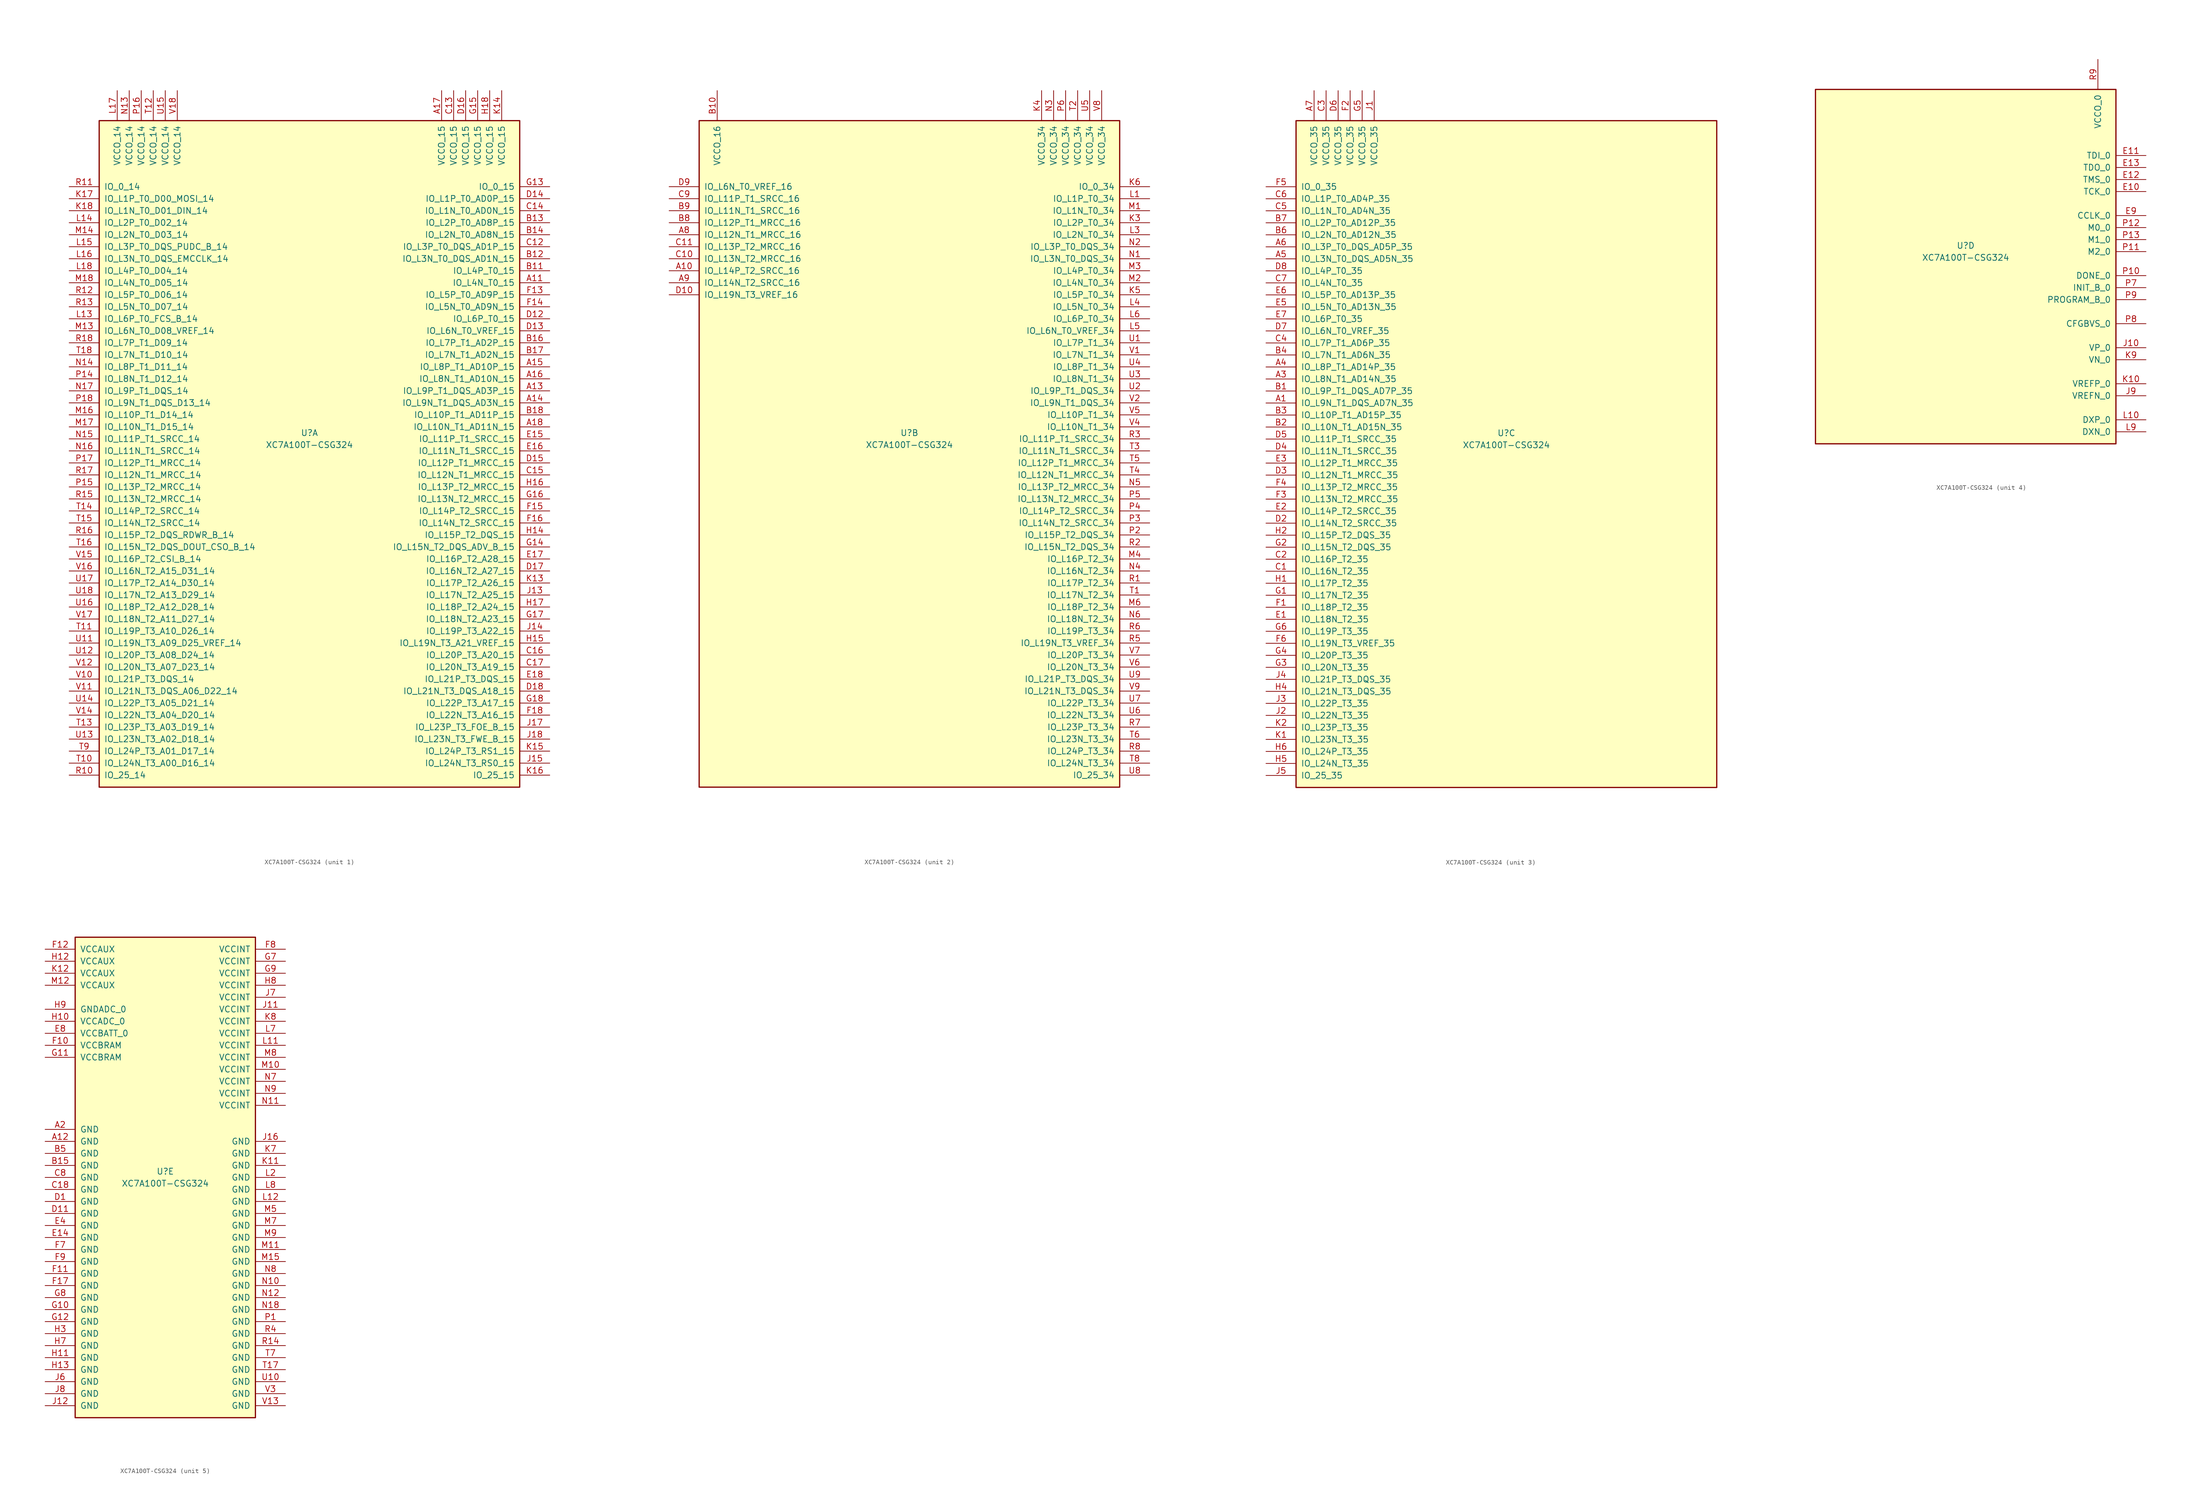
<source format=kicad_sym>
(kicad_symbol_lib
  (version 20201005)
  (generator kicad_symbol_editor)
  (symbol "XC7A100T-CSG324"
    (pin_names
      (offset 1.016))
    (property "Reference" "U"
      (at 0 1.27 0)
      (effects (font (size 1.27 1.27))))
    (property "Value" "XC7A100T-CSG324"
      (at 0 -1.27 0)
      (effects (font (size 1.27 1.27))))
    (property "Datasheet" ""
      (at 0 0 0)
      (effects (font (size 1.27 1.27))))
    (property "ki_locked" ""
      (at 0 0 0)
      (effects (font (size 1.27 1.27))))
    (symbol "XC7A100T-CSG324_1_1"
      (rectangle (start -44.45 67.31) (end 44.45 -73.66) (stroke (width 0.254)) (fill (type background)))
      (pin bidirectional line (at 50.8 33.02 180) (length 6.35) (name "IO_L4N_T0_15" (effects (font (size 1.27 1.27)))) (number "A11" (effects (font (size 1.27 1.27)))))
      (pin bidirectional line (at 50.8 10.16 180) (length 6.35) (name "IO_L9P_T1_DQS_AD3P_15" (effects (font (size 1.27 1.27)))) (number "A13" (effects (font (size 1.27 1.27)))))
      (pin bidirectional line (at 50.8 7.62 180) (length 6.35) (name "IO_L9N_T1_DQS_AD3N_15" (effects (font (size 1.27 1.27)))) (number "A14" (effects (font (size 1.27 1.27)))))
      (pin bidirectional line (at 50.8 15.24 180) (length 6.35) (name "IO_L8P_T1_AD10P_15" (effects (font (size 1.27 1.27)))) (number "A15" (effects (font (size 1.27 1.27)))))
      (pin bidirectional line (at 50.8 12.7 180) (length 6.35) (name "IO_L8N_T1_AD10N_15" (effects (font (size 1.27 1.27)))) (number "A16" (effects (font (size 1.27 1.27)))))
      (pin power_in line (at 27.94 73.66 270) (length 6.35) (name "VCCO_15" (effects (font (size 1.27 1.27)))) (number "A17" (effects (font (size 1.27 1.27)))))
      (pin bidirectional line (at 50.8 2.54 180) (length 6.35) (name "IO_L10N_T1_AD11N_15" (effects (font (size 1.27 1.27)))) (number "A18" (effects (font (size 1.27 1.27)))))
      (pin bidirectional line (at 50.8 35.56 180) (length 6.35) (name "IO_L4P_T0_15" (effects (font (size 1.27 1.27)))) (number "B11" (effects (font (size 1.27 1.27)))))
      (pin bidirectional line (at 50.8 38.1 180) (length 6.35) (name "IO_L3N_T0_DQS_AD1N_15" (effects (font (size 1.27 1.27)))) (number "B12" (effects (font (size 1.27 1.27)))))
      (pin bidirectional line (at 50.8 45.72 180) (length 6.35) (name "IO_L2P_T0_AD8P_15" (effects (font (size 1.27 1.27)))) (number "B13" (effects (font (size 1.27 1.27)))))
      (pin bidirectional line (at 50.8 43.18 180) (length 6.35) (name "IO_L2N_T0_AD8N_15" (effects (font (size 1.27 1.27)))) (number "B14" (effects (font (size 1.27 1.27)))))
      (pin bidirectional line (at 50.8 20.32 180) (length 6.35) (name "IO_L7P_T1_AD2P_15" (effects (font (size 1.27 1.27)))) (number "B16" (effects (font (size 1.27 1.27)))))
      (pin bidirectional line (at 50.8 17.78 180) (length 6.35) (name "IO_L7N_T1_AD2N_15" (effects (font (size 1.27 1.27)))) (number "B17" (effects (font (size 1.27 1.27)))))
      (pin bidirectional line (at 50.8 5.08 180) (length 6.35) (name "IO_L10P_T1_AD11P_15" (effects (font (size 1.27 1.27)))) (number "B18" (effects (font (size 1.27 1.27)))))
      (pin bidirectional line (at 50.8 40.64 180) (length 6.35) (name "IO_L3P_T0_DQS_AD1P_15" (effects (font (size 1.27 1.27)))) (number "C12" (effects (font (size 1.27 1.27)))))
      (pin power_in line (at 30.48 73.66 270) (length 6.35) (name "VCCO_15" (effects (font (size 1.27 1.27)))) (number "C13" (effects (font (size 1.27 1.27)))))
      (pin bidirectional line (at 50.8 48.26 180) (length 6.35) (name "IO_L1N_T0_AD0N_15" (effects (font (size 1.27 1.27)))) (number "C14" (effects (font (size 1.27 1.27)))))
      (pin bidirectional line (at 50.8 -7.62 180) (length 6.35) (name "IO_L12N_T1_MRCC_15" (effects (font (size 1.27 1.27)))) (number "C15" (effects (font (size 1.27 1.27)))))
      (pin bidirectional line (at 50.8 -45.72 180) (length 6.35) (name "IO_L20P_T3_A20_15" (effects (font (size 1.27 1.27)))) (number "C16" (effects (font (size 1.27 1.27)))))
      (pin bidirectional line (at 50.8 -48.26 180) (length 6.35) (name "IO_L20N_T3_A19_15" (effects (font (size 1.27 1.27)))) (number "C17" (effects (font (size 1.27 1.27)))))
      (pin bidirectional line (at 50.8 25.4 180) (length 6.35) (name "IO_L6P_T0_15" (effects (font (size 1.27 1.27)))) (number "D12" (effects (font (size 1.27 1.27)))))
      (pin bidirectional line (at 50.8 22.86 180) (length 6.35) (name "IO_L6N_T0_VREF_15" (effects (font (size 1.27 1.27)))) (number "D13" (effects (font (size 1.27 1.27)))))
      (pin bidirectional line (at 50.8 50.8 180) (length 6.35) (name "IO_L1P_T0_AD0P_15" (effects (font (size 1.27 1.27)))) (number "D14" (effects (font (size 1.27 1.27)))))
      (pin bidirectional line (at 50.8 -5.08 180) (length 6.35) (name "IO_L12P_T1_MRCC_15" (effects (font (size 1.27 1.27)))) (number "D15" (effects (font (size 1.27 1.27)))))
      (pin power_in line (at 33.02 73.66 270) (length 6.35) (name "VCCO_15" (effects (font (size 1.27 1.27)))) (number "D16" (effects (font (size 1.27 1.27)))))
      (pin bidirectional line (at 50.8 -27.94 180) (length 6.35) (name "IO_L16N_T2_A27_15" (effects (font (size 1.27 1.27)))) (number "D17" (effects (font (size 1.27 1.27)))))
      (pin bidirectional line (at 50.8 -53.34 180) (length 6.35) (name "IO_L21N_T3_DQS_A18_15" (effects (font (size 1.27 1.27)))) (number "D18" (effects (font (size 1.27 1.27)))))
      (pin bidirectional line (at 50.8 0 180) (length 6.35) (name "IO_L11P_T1_SRCC_15" (effects (font (size 1.27 1.27)))) (number "E15" (effects (font (size 1.27 1.27)))))
      (pin bidirectional line (at 50.8 -2.54 180) (length 6.35) (name "IO_L11N_T1_SRCC_15" (effects (font (size 1.27 1.27)))) (number "E16" (effects (font (size 1.27 1.27)))))
      (pin bidirectional line (at 50.8 -25.4 180) (length 6.35) (name "IO_L16P_T2_A28_15" (effects (font (size 1.27 1.27)))) (number "E17" (effects (font (size 1.27 1.27)))))
      (pin bidirectional line (at 50.8 -50.8 180) (length 6.35) (name "IO_L21P_T3_DQS_15" (effects (font (size 1.27 1.27)))) (number "E18" (effects (font (size 1.27 1.27)))))
      (pin bidirectional line (at 50.8 30.48 180) (length 6.35) (name "IO_L5P_T0_AD9P_15" (effects (font (size 1.27 1.27)))) (number "F13" (effects (font (size 1.27 1.27)))))
      (pin bidirectional line (at 50.8 27.94 180) (length 6.35) (name "IO_L5N_T0_AD9N_15" (effects (font (size 1.27 1.27)))) (number "F14" (effects (font (size 1.27 1.27)))))
      (pin bidirectional line (at 50.8 -15.24 180) (length 6.35) (name "IO_L14P_T2_SRCC_15" (effects (font (size 1.27 1.27)))) (number "F15" (effects (font (size 1.27 1.27)))))
      (pin bidirectional line (at 50.8 -17.78 180) (length 6.35) (name "IO_L14N_T2_SRCC_15" (effects (font (size 1.27 1.27)))) (number "F16" (effects (font (size 1.27 1.27)))))
      (pin bidirectional line (at 50.8 -58.42 180) (length 6.35) (name "IO_L22N_T3_A16_15" (effects (font (size 1.27 1.27)))) (number "F18" (effects (font (size 1.27 1.27)))))
      (pin bidirectional line (at 50.8 53.34 180) (length 6.35) (name "IO_0_15" (effects (font (size 1.27 1.27)))) (number "G13" (effects (font (size 1.27 1.27)))))
      (pin bidirectional line (at 50.8 -22.86 180) (length 6.35) (name "IO_L15N_T2_DQS_ADV_B_15" (effects (font (size 1.27 1.27)))) (number "G14" (effects (font (size 1.27 1.27)))))
      (pin power_in line (at 35.56 73.66 270) (length 6.35) (name "VCCO_15" (effects (font (size 1.27 1.27)))) (number "G15" (effects (font (size 1.27 1.27)))))
      (pin bidirectional line (at 50.8 -12.7 180) (length 6.35) (name "IO_L13N_T2_MRCC_15" (effects (font (size 1.27 1.27)))) (number "G16" (effects (font (size 1.27 1.27)))))
      (pin bidirectional line (at 50.8 -38.1 180) (length 6.35) (name "IO_L18N_T2_A23_15" (effects (font (size 1.27 1.27)))) (number "G17" (effects (font (size 1.27 1.27)))))
      (pin bidirectional line (at 50.8 -55.88 180) (length 6.35) (name "IO_L22P_T3_A17_15" (effects (font (size 1.27 1.27)))) (number "G18" (effects (font (size 1.27 1.27)))))
      (pin bidirectional line (at 50.8 -20.32 180) (length 6.35) (name "IO_L15P_T2_DQS_15" (effects (font (size 1.27 1.27)))) (number "H14" (effects (font (size 1.27 1.27)))))
      (pin bidirectional line (at 50.8 -43.18 180) (length 6.35) (name "IO_L19N_T3_A21_VREF_15" (effects (font (size 1.27 1.27)))) (number "H15" (effects (font (size 1.27 1.27)))))
      (pin bidirectional line (at 50.8 -10.16 180) (length 6.35) (name "IO_L13P_T2_MRCC_15" (effects (font (size 1.27 1.27)))) (number "H16" (effects (font (size 1.27 1.27)))))
      (pin bidirectional line (at 50.8 -35.56 180) (length 6.35) (name "IO_L18P_T2_A24_15" (effects (font (size 1.27 1.27)))) (number "H17" (effects (font (size 1.27 1.27)))))
      (pin power_in line (at 38.1 73.66 270) (length 6.35) (name "VCCO_15" (effects (font (size 1.27 1.27)))) (number "H18" (effects (font (size 1.27 1.27)))))
      (pin bidirectional line (at 50.8 -33.02 180) (length 6.35) (name "IO_L17N_T2_A25_15" (effects (font (size 1.27 1.27)))) (number "J13" (effects (font (size 1.27 1.27)))))
      (pin bidirectional line (at 50.8 -40.64 180) (length 6.35) (name "IO_L19P_T3_A22_15" (effects (font (size 1.27 1.27)))) (number "J14" (effects (font (size 1.27 1.27)))))
      (pin bidirectional line (at 50.8 -68.58 180) (length 6.35) (name "IO_L24N_T3_RS0_15" (effects (font (size 1.27 1.27)))) (number "J15" (effects (font (size 1.27 1.27)))))
      (pin bidirectional line (at 50.8 -60.96 180) (length 6.35) (name "IO_L23P_T3_FOE_B_15" (effects (font (size 1.27 1.27)))) (number "J17" (effects (font (size 1.27 1.27)))))
      (pin bidirectional line (at 50.8 -63.5 180) (length 6.35) (name "IO_L23N_T3_FWE_B_15" (effects (font (size 1.27 1.27)))) (number "J18" (effects (font (size 1.27 1.27)))))
      (pin bidirectional line (at 50.8 -30.48 180) (length 6.35) (name "IO_L17P_T2_A26_15" (effects (font (size 1.27 1.27)))) (number "K13" (effects (font (size 1.27 1.27)))))
      (pin power_in line (at 40.64 73.66 270) (length 6.35) (name "VCCO_15" (effects (font (size 1.27 1.27)))) (number "K14" (effects (font (size 1.27 1.27)))))
      (pin bidirectional line (at 50.8 -66.04 180) (length 6.35) (name "IO_L24P_T3_RS1_15" (effects (font (size 1.27 1.27)))) (number "K15" (effects (font (size 1.27 1.27)))))
      (pin bidirectional line (at 50.8 -71.12 180) (length 6.35) (name "IO_25_15" (effects (font (size 1.27 1.27)))) (number "K16" (effects (font (size 1.27 1.27)))))
      (pin bidirectional line (at -50.8 50.8 0) (length 6.35) (name "IO_L1P_T0_D00_MOSI_14" (effects (font (size 1.27 1.27)))) (number "K17" (effects (font (size 1.27 1.27)))))
      (pin bidirectional line (at -50.8 48.26 0) (length 6.35) (name "IO_L1N_T0_D01_DIN_14" (effects (font (size 1.27 1.27)))) (number "K18" (effects (font (size 1.27 1.27)))))
      (pin bidirectional line (at -50.8 25.4 0) (length 6.35) (name "IO_L6P_T0_FCS_B_14" (effects (font (size 1.27 1.27)))) (number "L13" (effects (font (size 1.27 1.27)))))
      (pin bidirectional line (at -50.8 45.72 0) (length 6.35) (name "IO_L2P_T0_D02_14" (effects (font (size 1.27 1.27)))) (number "L14" (effects (font (size 1.27 1.27)))))
      (pin bidirectional line (at -50.8 40.64 0) (length 6.35) (name "IO_L3P_T0_DQS_PUDC_B_14" (effects (font (size 1.27 1.27)))) (number "L15" (effects (font (size 1.27 1.27)))))
      (pin bidirectional line (at -50.8 38.1 0) (length 6.35) (name "IO_L3N_T0_DQS_EMCCLK_14" (effects (font (size 1.27 1.27)))) (number "L16" (effects (font (size 1.27 1.27)))))
      (pin power_in line (at -40.64 73.66 270) (length 6.35) (name "VCCO_14" (effects (font (size 1.27 1.27)))) (number "L17" (effects (font (size 1.27 1.27)))))
      (pin bidirectional line (at -50.8 35.56 0) (length 6.35) (name "IO_L4P_T0_D04_14" (effects (font (size 1.27 1.27)))) (number "L18" (effects (font (size 1.27 1.27)))))
      (pin bidirectional line (at -50.8 22.86 0) (length 6.35) (name "IO_L6N_T0_D08_VREF_14" (effects (font (size 1.27 1.27)))) (number "M13" (effects (font (size 1.27 1.27)))))
      (pin bidirectional line (at -50.8 43.18 0) (length 6.35) (name "IO_L2N_T0_D03_14" (effects (font (size 1.27 1.27)))) (number "M14" (effects (font (size 1.27 1.27)))))
      (pin bidirectional line (at -50.8 5.08 0) (length 6.35) (name "IO_L10P_T1_D14_14" (effects (font (size 1.27 1.27)))) (number "M16" (effects (font (size 1.27 1.27)))))
      (pin bidirectional line (at -50.8 2.54 0) (length 6.35) (name "IO_L10N_T1_D15_14" (effects (font (size 1.27 1.27)))) (number "M17" (effects (font (size 1.27 1.27)))))
      (pin bidirectional line (at -50.8 33.02 0) (length 6.35) (name "IO_L4N_T0_D05_14" (effects (font (size 1.27 1.27)))) (number "M18" (effects (font (size 1.27 1.27)))))
      (pin power_in line (at -38.1 73.66 270) (length 6.35) (name "VCCO_14" (effects (font (size 1.27 1.27)))) (number "N13" (effects (font (size 1.27 1.27)))))
      (pin bidirectional line (at -50.8 15.24 0) (length 6.35) (name "IO_L8P_T1_D11_14" (effects (font (size 1.27 1.27)))) (number "N14" (effects (font (size 1.27 1.27)))))
      (pin bidirectional line (at -50.8 0 0) (length 6.35) (name "IO_L11P_T1_SRCC_14" (effects (font (size 1.27 1.27)))) (number "N15" (effects (font (size 1.27 1.27)))))
      (pin bidirectional line (at -50.8 -2.54 0) (length 6.35) (name "IO_L11N_T1_SRCC_14" (effects (font (size 1.27 1.27)))) (number "N16" (effects (font (size 1.27 1.27)))))
      (pin bidirectional line (at -50.8 10.16 0) (length 6.35) (name "IO_L9P_T1_DQS_14" (effects (font (size 1.27 1.27)))) (number "N17" (effects (font (size 1.27 1.27)))))
      (pin bidirectional line (at -50.8 12.7 0) (length 6.35) (name "IO_L8N_T1_D12_14" (effects (font (size 1.27 1.27)))) (number "P14" (effects (font (size 1.27 1.27)))))
      (pin bidirectional line (at -50.8 -10.16 0) (length 6.35) (name "IO_L13P_T2_MRCC_14" (effects (font (size 1.27 1.27)))) (number "P15" (effects (font (size 1.27 1.27)))))
      (pin power_in line (at -35.56 73.66 270) (length 6.35) (name "VCCO_14" (effects (font (size 1.27 1.27)))) (number "P16" (effects (font (size 1.27 1.27)))))
      (pin bidirectional line (at -50.8 -5.08 0) (length 6.35) (name "IO_L12P_T1_MRCC_14" (effects (font (size 1.27 1.27)))) (number "P17" (effects (font (size 1.27 1.27)))))
      (pin bidirectional line (at -50.8 7.62 0) (length 6.35) (name "IO_L9N_T1_DQS_D13_14" (effects (font (size 1.27 1.27)))) (number "P18" (effects (font (size 1.27 1.27)))))
      (pin bidirectional line (at -50.8 -71.12 0) (length 6.35) (name "IO_25_14" (effects (font (size 1.27 1.27)))) (number "R10" (effects (font (size 1.27 1.27)))))
      (pin bidirectional line (at -50.8 53.34 0) (length 6.35) (name "IO_0_14" (effects (font (size 1.27 1.27)))) (number "R11" (effects (font (size 1.27 1.27)))))
      (pin bidirectional line (at -50.8 30.48 0) (length 6.35) (name "IO_L5P_T0_D06_14" (effects (font (size 1.27 1.27)))) (number "R12" (effects (font (size 1.27 1.27)))))
      (pin bidirectional line (at -50.8 27.94 0) (length 6.35) (name "IO_L5N_T0_D07_14" (effects (font (size 1.27 1.27)))) (number "R13" (effects (font (size 1.27 1.27)))))
      (pin bidirectional line (at -50.8 -12.7 0) (length 6.35) (name "IO_L13N_T2_MRCC_14" (effects (font (size 1.27 1.27)))) (number "R15" (effects (font (size 1.27 1.27)))))
      (pin bidirectional line (at -50.8 -20.32 0) (length 6.35) (name "IO_L15P_T2_DQS_RDWR_B_14" (effects (font (size 1.27 1.27)))) (number "R16" (effects (font (size 1.27 1.27)))))
      (pin bidirectional line (at -50.8 -7.62 0) (length 6.35) (name "IO_L12N_T1_MRCC_14" (effects (font (size 1.27 1.27)))) (number "R17" (effects (font (size 1.27 1.27)))))
      (pin bidirectional line (at -50.8 20.32 0) (length 6.35) (name "IO_L7P_T1_D09_14" (effects (font (size 1.27 1.27)))) (number "R18" (effects (font (size 1.27 1.27)))))
      (pin bidirectional line (at -50.8 -68.58 0) (length 6.35) (name "IO_L24N_T3_A00_D16_14" (effects (font (size 1.27 1.27)))) (number "T10" (effects (font (size 1.27 1.27)))))
      (pin bidirectional line (at -50.8 -40.64 0) (length 6.35) (name "IO_L19P_T3_A10_D26_14" (effects (font (size 1.27 1.27)))) (number "T11" (effects (font (size 1.27 1.27)))))
      (pin power_in line (at -33.02 73.66 270) (length 6.35) (name "VCCO_14" (effects (font (size 1.27 1.27)))) (number "T12" (effects (font (size 1.27 1.27)))))
      (pin bidirectional line (at -50.8 -60.96 0) (length 6.35) (name "IO_L23P_T3_A03_D19_14" (effects (font (size 1.27 1.27)))) (number "T13" (effects (font (size 1.27 1.27)))))
      (pin bidirectional line (at -50.8 -15.24 0) (length 6.35) (name "IO_L14P_T2_SRCC_14" (effects (font (size 1.27 1.27)))) (number "T14" (effects (font (size 1.27 1.27)))))
      (pin bidirectional line (at -50.8 -17.78 0) (length 6.35) (name "IO_L14N_T2_SRCC_14" (effects (font (size 1.27 1.27)))) (number "T15" (effects (font (size 1.27 1.27)))))
      (pin bidirectional line (at -50.8 -22.86 0) (length 6.35) (name "IO_L15N_T2_DQS_DOUT_CSO_B_14" (effects (font (size 1.27 1.27)))) (number "T16" (effects (font (size 1.27 1.27)))))
      (pin bidirectional line (at -50.8 17.78 0) (length 6.35) (name "IO_L7N_T1_D10_14" (effects (font (size 1.27 1.27)))) (number "T18" (effects (font (size 1.27 1.27)))))
      (pin bidirectional line (at -50.8 -66.04 0) (length 6.35) (name "IO_L24P_T3_A01_D17_14" (effects (font (size 1.27 1.27)))) (number "T9" (effects (font (size 1.27 1.27)))))
      (pin bidirectional line (at -50.8 -43.18 0) (length 6.35) (name "IO_L19N_T3_A09_D25_VREF_14" (effects (font (size 1.27 1.27)))) (number "U11" (effects (font (size 1.27 1.27)))))
      (pin bidirectional line (at -50.8 -45.72 0) (length 6.35) (name "IO_L20P_T3_A08_D24_14" (effects (font (size 1.27 1.27)))) (number "U12" (effects (font (size 1.27 1.27)))))
      (pin bidirectional line (at -50.8 -63.5 0) (length 6.35) (name "IO_L23N_T3_A02_D18_14" (effects (font (size 1.27 1.27)))) (number "U13" (effects (font (size 1.27 1.27)))))
      (pin bidirectional line (at -50.8 -55.88 0) (length 6.35) (name "IO_L22P_T3_A05_D21_14" (effects (font (size 1.27 1.27)))) (number "U14" (effects (font (size 1.27 1.27)))))
      (pin power_in line (at -30.48 73.66 270) (length 6.35) (name "VCCO_14" (effects (font (size 1.27 1.27)))) (number "U15" (effects (font (size 1.27 1.27)))))
      (pin bidirectional line (at -50.8 -35.56 0) (length 6.35) (name "IO_L18P_T2_A12_D28_14" (effects (font (size 1.27 1.27)))) (number "U16" (effects (font (size 1.27 1.27)))))
      (pin bidirectional line (at -50.8 -30.48 0) (length 6.35) (name "IO_L17P_T2_A14_D30_14" (effects (font (size 1.27 1.27)))) (number "U17" (effects (font (size 1.27 1.27)))))
      (pin bidirectional line (at -50.8 -33.02 0) (length 6.35) (name "IO_L17N_T2_A13_D29_14" (effects (font (size 1.27 1.27)))) (number "U18" (effects (font (size 1.27 1.27)))))
      (pin bidirectional line (at -50.8 -50.8 0) (length 6.35) (name "IO_L21P_T3_DQS_14" (effects (font (size 1.27 1.27)))) (number "V10" (effects (font (size 1.27 1.27)))))
      (pin bidirectional line (at -50.8 -53.34 0) (length 6.35) (name "IO_L21N_T3_DQS_A06_D22_14" (effects (font (size 1.27 1.27)))) (number "V11" (effects (font (size 1.27 1.27)))))
      (pin bidirectional line (at -50.8 -48.26 0) (length 6.35) (name "IO_L20N_T3_A07_D23_14" (effects (font (size 1.27 1.27)))) (number "V12" (effects (font (size 1.27 1.27)))))
      (pin bidirectional line (at -50.8 -58.42 0) (length 6.35) (name "IO_L22N_T3_A04_D20_14" (effects (font (size 1.27 1.27)))) (number "V14" (effects (font (size 1.27 1.27)))))
      (pin bidirectional line (at -50.8 -25.4 0) (length 6.35) (name "IO_L16P_T2_CSI_B_14" (effects (font (size 1.27 1.27)))) (number "V15" (effects (font (size 1.27 1.27)))))
      (pin bidirectional line (at -50.8 -27.94 0) (length 6.35) (name "IO_L16N_T2_A15_D31_14" (effects (font (size 1.27 1.27)))) (number "V16" (effects (font (size 1.27 1.27)))))
      (pin bidirectional line (at -50.8 -38.1 0) (length 6.35) (name "IO_L18N_T2_A11_D27_14" (effects (font (size 1.27 1.27)))) (number "V17" (effects (font (size 1.27 1.27)))))
      (pin power_in line (at -27.94 73.66 270) (length 6.35) (name "VCCO_14" (effects (font (size 1.27 1.27)))) (number "V18" (effects (font (size 1.27 1.27))))))
    (symbol "XC7A100T-CSG324_2_1"
      (rectangle (start -44.45 67.31) (end 44.45 -73.66) (stroke (width 0.254)) (fill (type background)))
      (pin bidirectional line (at -50.8 35.56 0) (length 6.35) (name "IO_L14P_T2_SRCC_16" (effects (font (size 1.27 1.27)))) (number "A10" (effects (font (size 1.27 1.27)))))
      (pin bidirectional line (at -50.8 43.18 0) (length 6.35) (name "IO_L12N_T1_MRCC_16" (effects (font (size 1.27 1.27)))) (number "A8" (effects (font (size 1.27 1.27)))))
      (pin bidirectional line (at -50.8 33.02 0) (length 6.35) (name "IO_L14N_T2_SRCC_16" (effects (font (size 1.27 1.27)))) (number "A9" (effects (font (size 1.27 1.27)))))
      (pin power_in line (at -40.64 73.66 270) (length 6.35) (name "VCCO_16" (effects (font (size 1.27 1.27)))) (number "B10" (effects (font (size 1.27 1.27)))))
      (pin bidirectional line (at -50.8 45.72 0) (length 6.35) (name "IO_L12P_T1_MRCC_16" (effects (font (size 1.27 1.27)))) (number "B8" (effects (font (size 1.27 1.27)))))
      (pin bidirectional line (at -50.8 48.26 0) (length 6.35) (name "IO_L11N_T1_SRCC_16" (effects (font (size 1.27 1.27)))) (number "B9" (effects (font (size 1.27 1.27)))))
      (pin bidirectional line (at -50.8 38.1 0) (length 6.35) (name "IO_L13N_T2_MRCC_16" (effects (font (size 1.27 1.27)))) (number "C10" (effects (font (size 1.27 1.27)))))
      (pin bidirectional line (at -50.8 40.64 0) (length 6.35) (name "IO_L13P_T2_MRCC_16" (effects (font (size 1.27 1.27)))) (number "C11" (effects (font (size 1.27 1.27)))))
      (pin bidirectional line (at -50.8 50.8 0) (length 6.35) (name "IO_L11P_T1_SRCC_16" (effects (font (size 1.27 1.27)))) (number "C9" (effects (font (size 1.27 1.27)))))
      (pin bidirectional line (at -50.8 30.48 0) (length 6.35) (name "IO_L19N_T3_VREF_16" (effects (font (size 1.27 1.27)))) (number "D10" (effects (font (size 1.27 1.27)))))
      (pin bidirectional line (at -50.8 53.34 0) (length 6.35) (name "IO_L6N_T0_VREF_16" (effects (font (size 1.27 1.27)))) (number "D9" (effects (font (size 1.27 1.27)))))
      (pin bidirectional line (at 50.8 45.72 180) (length 6.35) (name "IO_L2P_T0_34" (effects (font (size 1.27 1.27)))) (number "K3" (effects (font (size 1.27 1.27)))))
      (pin power_in line (at 27.94 73.66 270) (length 6.35) (name "VCCO_34" (effects (font (size 1.27 1.27)))) (number "K4" (effects (font (size 1.27 1.27)))))
      (pin bidirectional line (at 50.8 30.48 180) (length 6.35) (name "IO_L5P_T0_34" (effects (font (size 1.27 1.27)))) (number "K5" (effects (font (size 1.27 1.27)))))
      (pin bidirectional line (at 50.8 53.34 180) (length 6.35) (name "IO_0_34" (effects (font (size 1.27 1.27)))) (number "K6" (effects (font (size 1.27 1.27)))))
      (pin bidirectional line (at 50.8 50.8 180) (length 6.35) (name "IO_L1P_T0_34" (effects (font (size 1.27 1.27)))) (number "L1" (effects (font (size 1.27 1.27)))))
      (pin bidirectional line (at 50.8 43.18 180) (length 6.35) (name "IO_L2N_T0_34" (effects (font (size 1.27 1.27)))) (number "L3" (effects (font (size 1.27 1.27)))))
      (pin bidirectional line (at 50.8 27.94 180) (length 6.35) (name "IO_L5N_T0_34" (effects (font (size 1.27 1.27)))) (number "L4" (effects (font (size 1.27 1.27)))))
      (pin bidirectional line (at 50.8 22.86 180) (length 6.35) (name "IO_L6N_T0_VREF_34" (effects (font (size 1.27 1.27)))) (number "L5" (effects (font (size 1.27 1.27)))))
      (pin bidirectional line (at 50.8 25.4 180) (length 6.35) (name "IO_L6P_T0_34" (effects (font (size 1.27 1.27)))) (number "L6" (effects (font (size 1.27 1.27)))))
      (pin bidirectional line (at 50.8 48.26 180) (length 6.35) (name "IO_L1N_T0_34" (effects (font (size 1.27 1.27)))) (number "M1" (effects (font (size 1.27 1.27)))))
      (pin bidirectional line (at 50.8 33.02 180) (length 6.35) (name "IO_L4N_T0_34" (effects (font (size 1.27 1.27)))) (number "M2" (effects (font (size 1.27 1.27)))))
      (pin bidirectional line (at 50.8 35.56 180) (length 6.35) (name "IO_L4P_T0_34" (effects (font (size 1.27 1.27)))) (number "M3" (effects (font (size 1.27 1.27)))))
      (pin bidirectional line (at 50.8 -25.4 180) (length 6.35) (name "IO_L16P_T2_34" (effects (font (size 1.27 1.27)))) (number "M4" (effects (font (size 1.27 1.27)))))
      (pin bidirectional line (at 50.8 -35.56 180) (length 6.35) (name "IO_L18P_T2_34" (effects (font (size 1.27 1.27)))) (number "M6" (effects (font (size 1.27 1.27)))))
      (pin bidirectional line (at 50.8 38.1 180) (length 6.35) (name "IO_L3N_T0_DQS_34" (effects (font (size 1.27 1.27)))) (number "N1" (effects (font (size 1.27 1.27)))))
      (pin bidirectional line (at 50.8 40.64 180) (length 6.35) (name "IO_L3P_T0_DQS_34" (effects (font (size 1.27 1.27)))) (number "N2" (effects (font (size 1.27 1.27)))))
      (pin power_in line (at 30.48 73.66 270) (length 6.35) (name "VCCO_34" (effects (font (size 1.27 1.27)))) (number "N3" (effects (font (size 1.27 1.27)))))
      (pin bidirectional line (at 50.8 -27.94 180) (length 6.35) (name "IO_L16N_T2_34" (effects (font (size 1.27 1.27)))) (number "N4" (effects (font (size 1.27 1.27)))))
      (pin bidirectional line (at 50.8 -10.16 180) (length 6.35) (name "IO_L13P_T2_MRCC_34" (effects (font (size 1.27 1.27)))) (number "N5" (effects (font (size 1.27 1.27)))))
      (pin bidirectional line (at 50.8 -38.1 180) (length 6.35) (name "IO_L18N_T2_34" (effects (font (size 1.27 1.27)))) (number "N6" (effects (font (size 1.27 1.27)))))
      (pin bidirectional line (at 50.8 -20.32 180) (length 6.35) (name "IO_L15P_T2_DQS_34" (effects (font (size 1.27 1.27)))) (number "P2" (effects (font (size 1.27 1.27)))))
      (pin bidirectional line (at 50.8 -17.78 180) (length 6.35) (name "IO_L14N_T2_SRCC_34" (effects (font (size 1.27 1.27)))) (number "P3" (effects (font (size 1.27 1.27)))))
      (pin bidirectional line (at 50.8 -15.24 180) (length 6.35) (name "IO_L14P_T2_SRCC_34" (effects (font (size 1.27 1.27)))) (number "P4" (effects (font (size 1.27 1.27)))))
      (pin bidirectional line (at 50.8 -12.7 180) (length 6.35) (name "IO_L13N_T2_MRCC_34" (effects (font (size 1.27 1.27)))) (number "P5" (effects (font (size 1.27 1.27)))))
      (pin power_in line (at 33.02 73.66 270) (length 6.35) (name "VCCO_34" (effects (font (size 1.27 1.27)))) (number "P6" (effects (font (size 1.27 1.27)))))
      (pin bidirectional line (at 50.8 -30.48 180) (length 6.35) (name "IO_L17P_T2_34" (effects (font (size 1.27 1.27)))) (number "R1" (effects (font (size 1.27 1.27)))))
      (pin bidirectional line (at 50.8 -22.86 180) (length 6.35) (name "IO_L15N_T2_DQS_34" (effects (font (size 1.27 1.27)))) (number "R2" (effects (font (size 1.27 1.27)))))
      (pin bidirectional line (at 50.8 0 180) (length 6.35) (name "IO_L11P_T1_SRCC_34" (effects (font (size 1.27 1.27)))) (number "R3" (effects (font (size 1.27 1.27)))))
      (pin bidirectional line (at 50.8 -43.18 180) (length 6.35) (name "IO_L19N_T3_VREF_34" (effects (font (size 1.27 1.27)))) (number "R5" (effects (font (size 1.27 1.27)))))
      (pin bidirectional line (at 50.8 -40.64 180) (length 6.35) (name "IO_L19P_T3_34" (effects (font (size 1.27 1.27)))) (number "R6" (effects (font (size 1.27 1.27)))))
      (pin bidirectional line (at 50.8 -60.96 180) (length 6.35) (name "IO_L23P_T3_34" (effects (font (size 1.27 1.27)))) (number "R7" (effects (font (size 1.27 1.27)))))
      (pin bidirectional line (at 50.8 -66.04 180) (length 6.35) (name "IO_L24P_T3_34" (effects (font (size 1.27 1.27)))) (number "R8" (effects (font (size 1.27 1.27)))))
      (pin bidirectional line (at 50.8 -33.02 180) (length 6.35) (name "IO_L17N_T2_34" (effects (font (size 1.27 1.27)))) (number "T1" (effects (font (size 1.27 1.27)))))
      (pin power_in line (at 35.56 73.66 270) (length 6.35) (name "VCCO_34" (effects (font (size 1.27 1.27)))) (number "T2" (effects (font (size 1.27 1.27)))))
      (pin bidirectional line (at 50.8 -2.54 180) (length 6.35) (name "IO_L11N_T1_SRCC_34" (effects (font (size 1.27 1.27)))) (number "T3" (effects (font (size 1.27 1.27)))))
      (pin bidirectional line (at 50.8 -7.62 180) (length 6.35) (name "IO_L12N_T1_MRCC_34" (effects (font (size 1.27 1.27)))) (number "T4" (effects (font (size 1.27 1.27)))))
      (pin bidirectional line (at 50.8 -5.08 180) (length 6.35) (name "IO_L12P_T1_MRCC_34" (effects (font (size 1.27 1.27)))) (number "T5" (effects (font (size 1.27 1.27)))))
      (pin bidirectional line (at 50.8 -63.5 180) (length 6.35) (name "IO_L23N_T3_34" (effects (font (size 1.27 1.27)))) (number "T6" (effects (font (size 1.27 1.27)))))
      (pin bidirectional line (at 50.8 -68.58 180) (length 6.35) (name "IO_L24N_T3_34" (effects (font (size 1.27 1.27)))) (number "T8" (effects (font (size 1.27 1.27)))))
      (pin bidirectional line (at 50.8 20.32 180) (length 6.35) (name "IO_L7P_T1_34" (effects (font (size 1.27 1.27)))) (number "U1" (effects (font (size 1.27 1.27)))))
      (pin bidirectional line (at 50.8 10.16 180) (length 6.35) (name "IO_L9P_T1_DQS_34" (effects (font (size 1.27 1.27)))) (number "U2" (effects (font (size 1.27 1.27)))))
      (pin bidirectional line (at 50.8 12.7 180) (length 6.35) (name "IO_L8N_T1_34" (effects (font (size 1.27 1.27)))) (number "U3" (effects (font (size 1.27 1.27)))))
      (pin bidirectional line (at 50.8 15.24 180) (length 6.35) (name "IO_L8P_T1_34" (effects (font (size 1.27 1.27)))) (number "U4" (effects (font (size 1.27 1.27)))))
      (pin power_in line (at 38.1 73.66 270) (length 6.35) (name "VCCO_34" (effects (font (size 1.27 1.27)))) (number "U5" (effects (font (size 1.27 1.27)))))
      (pin bidirectional line (at 50.8 -58.42 180) (length 6.35) (name "IO_L22N_T3_34" (effects (font (size 1.27 1.27)))) (number "U6" (effects (font (size 1.27 1.27)))))
      (pin bidirectional line (at 50.8 -55.88 180) (length 6.35) (name "IO_L22P_T3_34" (effects (font (size 1.27 1.27)))) (number "U7" (effects (font (size 1.27 1.27)))))
      (pin bidirectional line (at 50.8 -71.12 180) (length 6.35) (name "IO_25_34" (effects (font (size 1.27 1.27)))) (number "U8" (effects (font (size 1.27 1.27)))))
      (pin bidirectional line (at 50.8 -50.8 180) (length 6.35) (name "IO_L21P_T3_DQS_34" (effects (font (size 1.27 1.27)))) (number "U9" (effects (font (size 1.27 1.27)))))
      (pin bidirectional line (at 50.8 17.78 180) (length 6.35) (name "IO_L7N_T1_34" (effects (font (size 1.27 1.27)))) (number "V1" (effects (font (size 1.27 1.27)))))
      (pin bidirectional line (at 50.8 7.62 180) (length 6.35) (name "IO_L9N_T1_DQS_34" (effects (font (size 1.27 1.27)))) (number "V2" (effects (font (size 1.27 1.27)))))
      (pin bidirectional line (at 50.8 2.54 180) (length 6.35) (name "IO_L10N_T1_34" (effects (font (size 1.27 1.27)))) (number "V4" (effects (font (size 1.27 1.27)))))
      (pin bidirectional line (at 50.8 5.08 180) (length 6.35) (name "IO_L10P_T1_34" (effects (font (size 1.27 1.27)))) (number "V5" (effects (font (size 1.27 1.27)))))
      (pin bidirectional line (at 50.8 -48.26 180) (length 6.35) (name "IO_L20N_T3_34" (effects (font (size 1.27 1.27)))) (number "V6" (effects (font (size 1.27 1.27)))))
      (pin bidirectional line (at 50.8 -45.72 180) (length 6.35) (name "IO_L20P_T3_34" (effects (font (size 1.27 1.27)))) (number "V7" (effects (font (size 1.27 1.27)))))
      (pin power_in line (at 40.64 73.66 270) (length 6.35) (name "VCCO_34" (effects (font (size 1.27 1.27)))) (number "V8" (effects (font (size 1.27 1.27)))))
      (pin bidirectional line (at 50.8 -53.34 180) (length 6.35) (name "IO_L21N_T3_DQS_34" (effects (font (size 1.27 1.27)))) (number "V9" (effects (font (size 1.27 1.27))))))
    (symbol "XC7A100T-CSG324_3_1"
      (rectangle (start -44.45 67.31) (end 44.45 -73.66) (stroke (width 0.254)) (fill (type background)))
      (pin bidirectional line (at -50.8 7.62 0) (length 6.35) (name "IO_L9N_T1_DQS_AD7N_35" (effects (font (size 1.27 1.27)))) (number "A1" (effects (font (size 1.27 1.27)))))
      (pin bidirectional line (at -50.8 12.7 0) (length 6.35) (name "IO_L8N_T1_AD14N_35" (effects (font (size 1.27 1.27)))) (number "A3" (effects (font (size 1.27 1.27)))))
      (pin bidirectional line (at -50.8 15.24 0) (length 6.35) (name "IO_L8P_T1_AD14P_35" (effects (font (size 1.27 1.27)))) (number "A4" (effects (font (size 1.27 1.27)))))
      (pin bidirectional line (at -50.8 38.1 0) (length 6.35) (name "IO_L3N_T0_DQS_AD5N_35" (effects (font (size 1.27 1.27)))) (number "A5" (effects (font (size 1.27 1.27)))))
      (pin bidirectional line (at -50.8 40.64 0) (length 6.35) (name "IO_L3P_T0_DQS_AD5P_35" (effects (font (size 1.27 1.27)))) (number "A6" (effects (font (size 1.27 1.27)))))
      (pin power_in line (at -40.64 73.66 270) (length 6.35) (name "VCCO_35" (effects (font (size 1.27 1.27)))) (number "A7" (effects (font (size 1.27 1.27)))))
      (pin bidirectional line (at -50.8 10.16 0) (length 6.35) (name "IO_L9P_T1_DQS_AD7P_35" (effects (font (size 1.27 1.27)))) (number "B1" (effects (font (size 1.27 1.27)))))
      (pin bidirectional line (at -50.8 2.54 0) (length 6.35) (name "IO_L10N_T1_AD15N_35" (effects (font (size 1.27 1.27)))) (number "B2" (effects (font (size 1.27 1.27)))))
      (pin bidirectional line (at -50.8 5.08 0) (length 6.35) (name "IO_L10P_T1_AD15P_35" (effects (font (size 1.27 1.27)))) (number "B3" (effects (font (size 1.27 1.27)))))
      (pin bidirectional line (at -50.8 17.78 0) (length 6.35) (name "IO_L7N_T1_AD6N_35" (effects (font (size 1.27 1.27)))) (number "B4" (effects (font (size 1.27 1.27)))))
      (pin bidirectional line (at -50.8 43.18 0) (length 6.35) (name "IO_L2N_T0_AD12N_35" (effects (font (size 1.27 1.27)))) (number "B6" (effects (font (size 1.27 1.27)))))
      (pin bidirectional line (at -50.8 45.72 0) (length 6.35) (name "IO_L2P_T0_AD12P_35" (effects (font (size 1.27 1.27)))) (number "B7" (effects (font (size 1.27 1.27)))))
      (pin bidirectional line (at -50.8 -27.94 0) (length 6.35) (name "IO_L16N_T2_35" (effects (font (size 1.27 1.27)))) (number "C1" (effects (font (size 1.27 1.27)))))
      (pin bidirectional line (at -50.8 -25.4 0) (length 6.35) (name "IO_L16P_T2_35" (effects (font (size 1.27 1.27)))) (number "C2" (effects (font (size 1.27 1.27)))))
      (pin power_in line (at -38.1 73.66 270) (length 6.35) (name "VCCO_35" (effects (font (size 1.27 1.27)))) (number "C3" (effects (font (size 1.27 1.27)))))
      (pin bidirectional line (at -50.8 20.32 0) (length 6.35) (name "IO_L7P_T1_AD6P_35" (effects (font (size 1.27 1.27)))) (number "C4" (effects (font (size 1.27 1.27)))))
      (pin bidirectional line (at -50.8 48.26 0) (length 6.35) (name "IO_L1N_T0_AD4N_35" (effects (font (size 1.27 1.27)))) (number "C5" (effects (font (size 1.27 1.27)))))
      (pin bidirectional line (at -50.8 50.8 0) (length 6.35) (name "IO_L1P_T0_AD4P_35" (effects (font (size 1.27 1.27)))) (number "C6" (effects (font (size 1.27 1.27)))))
      (pin bidirectional line (at -50.8 33.02 0) (length 6.35) (name "IO_L4N_T0_35" (effects (font (size 1.27 1.27)))) (number "C7" (effects (font (size 1.27 1.27)))))
      (pin bidirectional line (at -50.8 -17.78 0) (length 6.35) (name "IO_L14N_T2_SRCC_35" (effects (font (size 1.27 1.27)))) (number "D2" (effects (font (size 1.27 1.27)))))
      (pin bidirectional line (at -50.8 -7.62 0) (length 6.35) (name "IO_L12N_T1_MRCC_35" (effects (font (size 1.27 1.27)))) (number "D3" (effects (font (size 1.27 1.27)))))
      (pin bidirectional line (at -50.8 -2.54 0) (length 6.35) (name "IO_L11N_T1_SRCC_35" (effects (font (size 1.27 1.27)))) (number "D4" (effects (font (size 1.27 1.27)))))
      (pin bidirectional line (at -50.8 0 0) (length 6.35) (name "IO_L11P_T1_SRCC_35" (effects (font (size 1.27 1.27)))) (number "D5" (effects (font (size 1.27 1.27)))))
      (pin power_in line (at -35.56 73.66 270) (length 6.35) (name "VCCO_35" (effects (font (size 1.27 1.27)))) (number "D6" (effects (font (size 1.27 1.27)))))
      (pin bidirectional line (at -50.8 22.86 0) (length 6.35) (name "IO_L6N_T0_VREF_35" (effects (font (size 1.27 1.27)))) (number "D7" (effects (font (size 1.27 1.27)))))
      (pin bidirectional line (at -50.8 35.56 0) (length 6.35) (name "IO_L4P_T0_35" (effects (font (size 1.27 1.27)))) (number "D8" (effects (font (size 1.27 1.27)))))
      (pin bidirectional line (at -50.8 -38.1 0) (length 6.35) (name "IO_L18N_T2_35" (effects (font (size 1.27 1.27)))) (number "E1" (effects (font (size 1.27 1.27)))))
      (pin bidirectional line (at -50.8 -15.24 0) (length 6.35) (name "IO_L14P_T2_SRCC_35" (effects (font (size 1.27 1.27)))) (number "E2" (effects (font (size 1.27 1.27)))))
      (pin bidirectional line (at -50.8 -5.08 0) (length 6.35) (name "IO_L12P_T1_MRCC_35" (effects (font (size 1.27 1.27)))) (number "E3" (effects (font (size 1.27 1.27)))))
      (pin bidirectional line (at -50.8 27.94 0) (length 6.35) (name "IO_L5N_T0_AD13N_35" (effects (font (size 1.27 1.27)))) (number "E5" (effects (font (size 1.27 1.27)))))
      (pin bidirectional line (at -50.8 30.48 0) (length 6.35) (name "IO_L5P_T0_AD13P_35" (effects (font (size 1.27 1.27)))) (number "E6" (effects (font (size 1.27 1.27)))))
      (pin bidirectional line (at -50.8 25.4 0) (length 6.35) (name "IO_L6P_T0_35" (effects (font (size 1.27 1.27)))) (number "E7" (effects (font (size 1.27 1.27)))))
      (pin bidirectional line (at -50.8 -35.56 0) (length 6.35) (name "IO_L18P_T2_35" (effects (font (size 1.27 1.27)))) (number "F1" (effects (font (size 1.27 1.27)))))
      (pin power_in line (at -33.02 73.66 270) (length 6.35) (name "VCCO_35" (effects (font (size 1.27 1.27)))) (number "F2" (effects (font (size 1.27 1.27)))))
      (pin bidirectional line (at -50.8 -12.7 0) (length 6.35) (name "IO_L13N_T2_MRCC_35" (effects (font (size 1.27 1.27)))) (number "F3" (effects (font (size 1.27 1.27)))))
      (pin bidirectional line (at -50.8 -10.16 0) (length 6.35) (name "IO_L13P_T2_MRCC_35" (effects (font (size 1.27 1.27)))) (number "F4" (effects (font (size 1.27 1.27)))))
      (pin bidirectional line (at -50.8 53.34 0) (length 6.35) (name "IO_0_35" (effects (font (size 1.27 1.27)))) (number "F5" (effects (font (size 1.27 1.27)))))
      (pin bidirectional line (at -50.8 -43.18 0) (length 6.35) (name "IO_L19N_T3_VREF_35" (effects (font (size 1.27 1.27)))) (number "F6" (effects (font (size 1.27 1.27)))))
      (pin bidirectional line (at -50.8 -33.02 0) (length 6.35) (name "IO_L17N_T2_35" (effects (font (size 1.27 1.27)))) (number "G1" (effects (font (size 1.27 1.27)))))
      (pin bidirectional line (at -50.8 -22.86 0) (length 6.35) (name "IO_L15N_T2_DQS_35" (effects (font (size 1.27 1.27)))) (number "G2" (effects (font (size 1.27 1.27)))))
      (pin bidirectional line (at -50.8 -48.26 0) (length 6.35) (name "IO_L20N_T3_35" (effects (font (size 1.27 1.27)))) (number "G3" (effects (font (size 1.27 1.27)))))
      (pin bidirectional line (at -50.8 -45.72 0) (length 6.35) (name "IO_L20P_T3_35" (effects (font (size 1.27 1.27)))) (number "G4" (effects (font (size 1.27 1.27)))))
      (pin power_in line (at -30.48 73.66 270) (length 6.35) (name "VCCO_35" (effects (font (size 1.27 1.27)))) (number "G5" (effects (font (size 1.27 1.27)))))
      (pin bidirectional line (at -50.8 -40.64 0) (length 6.35) (name "IO_L19P_T3_35" (effects (font (size 1.27 1.27)))) (number "G6" (effects (font (size 1.27 1.27)))))
      (pin bidirectional line (at -50.8 -30.48 0) (length 6.35) (name "IO_L17P_T2_35" (effects (font (size 1.27 1.27)))) (number "H1" (effects (font (size 1.27 1.27)))))
      (pin bidirectional line (at -50.8 -20.32 0) (length 6.35) (name "IO_L15P_T2_DQS_35" (effects (font (size 1.27 1.27)))) (number "H2" (effects (font (size 1.27 1.27)))))
      (pin bidirectional line (at -50.8 -53.34 0) (length 6.35) (name "IO_L21N_T3_DQS_35" (effects (font (size 1.27 1.27)))) (number "H4" (effects (font (size 1.27 1.27)))))
      (pin bidirectional line (at -50.8 -68.58 0) (length 6.35) (name "IO_L24N_T3_35" (effects (font (size 1.27 1.27)))) (number "H5" (effects (font (size 1.27 1.27)))))
      (pin bidirectional line (at -50.8 -66.04 0) (length 6.35) (name "IO_L24P_T3_35" (effects (font (size 1.27 1.27)))) (number "H6" (effects (font (size 1.27 1.27)))))
      (pin power_in line (at -27.94 73.66 270) (length 6.35) (name "VCCO_35" (effects (font (size 1.27 1.27)))) (number "J1" (effects (font (size 1.27 1.27)))))
      (pin bidirectional line (at -50.8 -58.42 0) (length 6.35) (name "IO_L22N_T3_35" (effects (font (size 1.27 1.27)))) (number "J2" (effects (font (size 1.27 1.27)))))
      (pin bidirectional line (at -50.8 -55.88 0) (length 6.35) (name "IO_L22P_T3_35" (effects (font (size 1.27 1.27)))) (number "J3" (effects (font (size 1.27 1.27)))))
      (pin bidirectional line (at -50.8 -50.8 0) (length 6.35) (name "IO_L21P_T3_DQS_35" (effects (font (size 1.27 1.27)))) (number "J4" (effects (font (size 1.27 1.27)))))
      (pin bidirectional line (at -50.8 -71.12 0) (length 6.35) (name "IO_25_35" (effects (font (size 1.27 1.27)))) (number "J5" (effects (font (size 1.27 1.27)))))
      (pin bidirectional line (at -50.8 -63.5 0) (length 6.35) (name "IO_L23N_T3_35" (effects (font (size 1.27 1.27)))) (number "K1" (effects (font (size 1.27 1.27)))))
      (pin bidirectional line (at -50.8 -60.96 0) (length 6.35) (name "IO_L23P_T3_35" (effects (font (size 1.27 1.27)))) (number "K2" (effects (font (size 1.27 1.27))))))
    (symbol "XC7A100T-CSG324_4_1"
      (rectangle (start -31.75 34.29) (end 31.75 -40.64) (stroke (width 0.254)) (fill (type background)))
      (pin bidirectional line (at 38.1 12.7 180) (length 6.35) (name "TCK_0" (effects (font (size 1.27 1.27)))) (number "E10" (effects (font (size 1.27 1.27)))))
      (pin bidirectional line (at 38.1 20.32 180) (length 6.35) (name "TDI_0" (effects (font (size 1.27 1.27)))) (number "E11" (effects (font (size 1.27 1.27)))))
      (pin bidirectional line (at 38.1 15.24 180) (length 6.35) (name "TMS_0" (effects (font (size 1.27 1.27)))) (number "E12" (effects (font (size 1.27 1.27)))))
      (pin bidirectional line (at 38.1 17.78 180) (length 6.35) (name "TDO_0" (effects (font (size 1.27 1.27)))) (number "E13" (effects (font (size 1.27 1.27)))))
      (pin bidirectional line (at 38.1 7.62 180) (length 6.35) (name "CCLK_0" (effects (font (size 1.27 1.27)))) (number "E9" (effects (font (size 1.27 1.27)))))
      (pin bidirectional line (at 38.1 -20.32 180) (length 6.35) (name "VP_0" (effects (font (size 1.27 1.27)))) (number "J10" (effects (font (size 1.27 1.27)))))
      (pin bidirectional line (at 38.1 -30.48 180) (length 6.35) (name "VREFN_0" (effects (font (size 1.27 1.27)))) (number "J9" (effects (font (size 1.27 1.27)))))
      (pin bidirectional line (at 38.1 -27.94 180) (length 6.35) (name "VREFP_0" (effects (font (size 1.27 1.27)))) (number "K10" (effects (font (size 1.27 1.27)))))
      (pin bidirectional line (at 38.1 -22.86 180) (length 6.35) (name "VN_0" (effects (font (size 1.27 1.27)))) (number "K9" (effects (font (size 1.27 1.27)))))
      (pin bidirectional line (at 38.1 -35.56 180) (length 6.35) (name "DXP_0" (effects (font (size 1.27 1.27)))) (number "L10" (effects (font (size 1.27 1.27)))))
      (pin bidirectional line (at 38.1 -38.1 180) (length 6.35) (name "DXN_0" (effects (font (size 1.27 1.27)))) (number "L9" (effects (font (size 1.27 1.27)))))
      (pin bidirectional line (at 38.1 -5.08 180) (length 6.35) (name "DONE_0" (effects (font (size 1.27 1.27)))) (number "P10" (effects (font (size 1.27 1.27)))))
      (pin bidirectional line (at 38.1 0 180) (length 6.35) (name "M2_0" (effects (font (size 1.27 1.27)))) (number "P11" (effects (font (size 1.27 1.27)))))
      (pin bidirectional line (at 38.1 5.08 180) (length 6.35) (name "M0_0" (effects (font (size 1.27 1.27)))) (number "P12" (effects (font (size 1.27 1.27)))))
      (pin bidirectional line (at 38.1 2.54 180) (length 6.35) (name "M1_0" (effects (font (size 1.27 1.27)))) (number "P13" (effects (font (size 1.27 1.27)))))
      (pin bidirectional line (at 38.1 -7.62 180) (length 6.35) (name "INIT_B_0" (effects (font (size 1.27 1.27)))) (number "P7" (effects (font (size 1.27 1.27)))))
      (pin bidirectional line (at 38.1 -15.24 180) (length 6.35) (name "CFGBVS_0" (effects (font (size 1.27 1.27)))) (number "P8" (effects (font (size 1.27 1.27)))))
      (pin bidirectional line (at 38.1 -10.16 180) (length 6.35) (name "PROGRAM_B_0" (effects (font (size 1.27 1.27)))) (number "P9" (effects (font (size 1.27 1.27)))))
      (pin power_in line (at 27.94 40.64 270) (length 6.35) (name "VCCO_0" (effects (font (size 1.27 1.27)))) (number "R9" (effects (font (size 1.27 1.27))))))
    (symbol "XC7A100T-CSG324_5_1"
      (rectangle (start -19.05 50.8) (end 19.05 -50.8) (stroke (width 0.254)) (fill (type background)))
      (pin power_in line (at -25.4 7.62 0) (length 6.35) (name "GND" (effects (font (size 1.27 1.27)))) (number "A12" (effects (font (size 1.27 1.27)))))
      (pin power_in line (at -25.4 10.16 0) (length 6.35) (name "GND" (effects (font (size 1.27 1.27)))) (number "A2" (effects (font (size 1.27 1.27)))))
      (pin power_in line (at -25.4 2.54 0) (length 6.35) (name "GND" (effects (font (size 1.27 1.27)))) (number "B15" (effects (font (size 1.27 1.27)))))
      (pin power_in line (at -25.4 5.08 0) (length 6.35) (name "GND" (effects (font (size 1.27 1.27)))) (number "B5" (effects (font (size 1.27 1.27)))))
      (pin power_in line (at -25.4 -2.54 0) (length 6.35) (name "GND" (effects (font (size 1.27 1.27)))) (number "C18" (effects (font (size 1.27 1.27)))))
      (pin power_in line (at -25.4 0 0) (length 6.35) (name "GND" (effects (font (size 1.27 1.27)))) (number "C8" (effects (font (size 1.27 1.27)))))
      (pin power_in line (at -25.4 -5.08 0) (length 6.35) (name "GND" (effects (font (size 1.27 1.27)))) (number "D1" (effects (font (size 1.27 1.27)))))
      (pin power_in line (at -25.4 -7.62 0) (length 6.35) (name "GND" (effects (font (size 1.27 1.27)))) (number "D11" (effects (font (size 1.27 1.27)))))
      (pin power_in line (at -25.4 -12.7 0) (length 6.35) (name "GND" (effects (font (size 1.27 1.27)))) (number "E14" (effects (font (size 1.27 1.27)))))
      (pin power_in line (at -25.4 -10.16 0) (length 6.35) (name "GND" (effects (font (size 1.27 1.27)))) (number "E4" (effects (font (size 1.27 1.27)))))
      (pin power_in line (at -25.4 30.48 0) (length 6.35) (name "VCCBATT_0" (effects (font (size 1.27 1.27)))) (number "E8" (effects (font (size 1.27 1.27)))))
      (pin power_in line (at -25.4 27.94 0) (length 6.35) (name "VCCBRAM" (effects (font (size 1.27 1.27)))) (number "F10" (effects (font (size 1.27 1.27)))))
      (pin power_in line (at -25.4 -20.32 0) (length 6.35) (name "GND" (effects (font (size 1.27 1.27)))) (number "F11" (effects (font (size 1.27 1.27)))))
      (pin power_in line (at -25.4 48.26 0) (length 6.35) (name "VCCAUX" (effects (font (size 1.27 1.27)))) (number "F12" (effects (font (size 1.27 1.27)))))
      (pin power_in line (at -25.4 -22.86 0) (length 6.35) (name "GND" (effects (font (size 1.27 1.27)))) (number "F17" (effects (font (size 1.27 1.27)))))
      (pin power_in line (at -25.4 -15.24 0) (length 6.35) (name "GND" (effects (font (size 1.27 1.27)))) (number "F7" (effects (font (size 1.27 1.27)))))
      (pin power_in line (at 25.4 48.26 180) (length 6.35) (name "VCCINT" (effects (font (size 1.27 1.27)))) (number "F8" (effects (font (size 1.27 1.27)))))
      (pin power_in line (at -25.4 -17.78 0) (length 6.35) (name "GND" (effects (font (size 1.27 1.27)))) (number "F9" (effects (font (size 1.27 1.27)))))
      (pin power_in line (at -25.4 -27.94 0) (length 6.35) (name "GND" (effects (font (size 1.27 1.27)))) (number "G10" (effects (font (size 1.27 1.27)))))
      (pin power_in line (at -25.4 25.4 0) (length 6.35) (name "VCCBRAM" (effects (font (size 1.27 1.27)))) (number "G11" (effects (font (size 1.27 1.27)))))
      (pin power_in line (at -25.4 -30.48 0) (length 6.35) (name "GND" (effects (font (size 1.27 1.27)))) (number "G12" (effects (font (size 1.27 1.27)))))
      (pin power_in line (at 25.4 45.72 180) (length 6.35) (name "VCCINT" (effects (font (size 1.27 1.27)))) (number "G7" (effects (font (size 1.27 1.27)))))
      (pin power_in line (at -25.4 -25.4 0) (length 6.35) (name "GND" (effects (font (size 1.27 1.27)))) (number "G8" (effects (font (size 1.27 1.27)))))
      (pin power_in line (at 25.4 43.18 180) (length 6.35) (name "VCCINT" (effects (font (size 1.27 1.27)))) (number "G9" (effects (font (size 1.27 1.27)))))
      (pin power_in line (at -25.4 33.02 0) (length 6.35) (name "VCCADC_0" (effects (font (size 1.27 1.27)))) (number "H10" (effects (font (size 1.27 1.27)))))
      (pin power_in line (at -25.4 -38.1 0) (length 6.35) (name "GND" (effects (font (size 1.27 1.27)))) (number "H11" (effects (font (size 1.27 1.27)))))
      (pin power_in line (at -25.4 45.72 0) (length 6.35) (name "VCCAUX" (effects (font (size 1.27 1.27)))) (number "H12" (effects (font (size 1.27 1.27)))))
      (pin power_in line (at -25.4 -40.64 0) (length 6.35) (name "GND" (effects (font (size 1.27 1.27)))) (number "H13" (effects (font (size 1.27 1.27)))))
      (pin power_in line (at -25.4 -33.02 0) (length 6.35) (name "GND" (effects (font (size 1.27 1.27)))) (number "H3" (effects (font (size 1.27 1.27)))))
      (pin power_in line (at -25.4 -35.56 0) (length 6.35) (name "GND" (effects (font (size 1.27 1.27)))) (number "H7" (effects (font (size 1.27 1.27)))))
      (pin power_in line (at 25.4 40.64 180) (length 6.35) (name "VCCINT" (effects (font (size 1.27 1.27)))) (number "H8" (effects (font (size 1.27 1.27)))))
      (pin power_in line (at -25.4 35.56 0) (length 6.35) (name "GNDADC_0" (effects (font (size 1.27 1.27)))) (number "H9" (effects (font (size 1.27 1.27)))))
      (pin power_in line (at 25.4 35.56 180) (length 6.35) (name "VCCINT" (effects (font (size 1.27 1.27)))) (number "J11" (effects (font (size 1.27 1.27)))))
      (pin power_in line (at -25.4 -48.26 0) (length 6.35) (name "GND" (effects (font (size 1.27 1.27)))) (number "J12" (effects (font (size 1.27 1.27)))))
      (pin power_in line (at 25.4 7.62 180) (length 6.35) (name "GND" (effects (font (size 1.27 1.27)))) (number "J16" (effects (font (size 1.27 1.27)))))
      (pin power_in line (at -25.4 -43.18 0) (length 6.35) (name "GND" (effects (font (size 1.27 1.27)))) (number "J6" (effects (font (size 1.27 1.27)))))
      (pin power_in line (at 25.4 38.1 180) (length 6.35) (name "VCCINT" (effects (font (size 1.27 1.27)))) (number "J7" (effects (font (size 1.27 1.27)))))
      (pin power_in line (at -25.4 -45.72 0) (length 6.35) (name "GND" (effects (font (size 1.27 1.27)))) (number "J8" (effects (font (size 1.27 1.27)))))
      (pin power_in line (at 25.4 2.54 180) (length 6.35) (name "GND" (effects (font (size 1.27 1.27)))) (number "K11" (effects (font (size 1.27 1.27)))))
      (pin power_in line (at -25.4 43.18 0) (length 6.35) (name "VCCAUX" (effects (font (size 1.27 1.27)))) (number "K12" (effects (font (size 1.27 1.27)))))
      (pin power_in line (at 25.4 5.08 180) (length 6.35) (name "GND" (effects (font (size 1.27 1.27)))) (number "K7" (effects (font (size 1.27 1.27)))))
      (pin power_in line (at 25.4 33.02 180) (length 6.35) (name "VCCINT" (effects (font (size 1.27 1.27)))) (number "K8" (effects (font (size 1.27 1.27)))))
      (pin power_in line (at 25.4 27.94 180) (length 6.35) (name "VCCINT" (effects (font (size 1.27 1.27)))) (number "L11" (effects (font (size 1.27 1.27)))))
      (pin power_in line (at 25.4 -5.08 180) (length 6.35) (name "GND" (effects (font (size 1.27 1.27)))) (number "L12" (effects (font (size 1.27 1.27)))))
      (pin power_in line (at 25.4 0 180) (length 6.35) (name "GND" (effects (font (size 1.27 1.27)))) (number "L2" (effects (font (size 1.27 1.27)))))
      (pin power_in line (at 25.4 30.48 180) (length 6.35) (name "VCCINT" (effects (font (size 1.27 1.27)))) (number "L7" (effects (font (size 1.27 1.27)))))
      (pin power_in line (at 25.4 -2.54 180) (length 6.35) (name "GND" (effects (font (size 1.27 1.27)))) (number "L8" (effects (font (size 1.27 1.27)))))
      (pin power_in line (at 25.4 22.86 180) (length 6.35) (name "VCCINT" (effects (font (size 1.27 1.27)))) (number "M10" (effects (font (size 1.27 1.27)))))
      (pin power_in line (at 25.4 -15.24 180) (length 6.35) (name "GND" (effects (font (size 1.27 1.27)))) (number "M11" (effects (font (size 1.27 1.27)))))
      (pin power_in line (at -25.4 40.64 0) (length 6.35) (name "VCCAUX" (effects (font (size 1.27 1.27)))) (number "M12" (effects (font (size 1.27 1.27)))))
      (pin power_in line (at 25.4 -17.78 180) (length 6.35) (name "GND" (effects (font (size 1.27 1.27)))) (number "M15" (effects (font (size 1.27 1.27)))))
      (pin power_in line (at 25.4 -7.62 180) (length 6.35) (name "GND" (effects (font (size 1.27 1.27)))) (number "M5" (effects (font (size 1.27 1.27)))))
      (pin power_in line (at 25.4 -10.16 180) (length 6.35) (name "GND" (effects (font (size 1.27 1.27)))) (number "M7" (effects (font (size 1.27 1.27)))))
      (pin power_in line (at 25.4 25.4 180) (length 6.35) (name "VCCINT" (effects (font (size 1.27 1.27)))) (number "M8" (effects (font (size 1.27 1.27)))))
      (pin power_in line (at 25.4 -12.7 180) (length 6.35) (name "GND" (effects (font (size 1.27 1.27)))) (number "M9" (effects (font (size 1.27 1.27)))))
      (pin power_in line (at 25.4 -22.86 180) (length 6.35) (name "GND" (effects (font (size 1.27 1.27)))) (number "N10" (effects (font (size 1.27 1.27)))))
      (pin power_in line (at 25.4 15.24 180) (length 6.35) (name "VCCINT" (effects (font (size 1.27 1.27)))) (number "N11" (effects (font (size 1.27 1.27)))))
      (pin power_in line (at 25.4 -25.4 180) (length 6.35) (name "GND" (effects (font (size 1.27 1.27)))) (number "N12" (effects (font (size 1.27 1.27)))))
      (pin power_in line (at 25.4 -27.94 180) (length 6.35) (name "GND" (effects (font (size 1.27 1.27)))) (number "N18" (effects (font (size 1.27 1.27)))))
      (pin power_in line (at 25.4 20.32 180) (length 6.35) (name "VCCINT" (effects (font (size 1.27 1.27)))) (number "N7" (effects (font (size 1.27 1.27)))))
      (pin power_in line (at 25.4 -20.32 180) (length 6.35) (name "GND" (effects (font (size 1.27 1.27)))) (number "N8" (effects (font (size 1.27 1.27)))))
      (pin power_in line (at 25.4 17.78 180) (length 6.35) (name "VCCINT" (effects (font (size 1.27 1.27)))) (number "N9" (effects (font (size 1.27 1.27)))))
      (pin power_in line (at 25.4 -30.48 180) (length 6.35) (name "GND" (effects (font (size 1.27 1.27)))) (number "P1" (effects (font (size 1.27 1.27)))))
      (pin power_in line (at 25.4 -35.56 180) (length 6.35) (name "GND" (effects (font (size 1.27 1.27)))) (number "R14" (effects (font (size 1.27 1.27)))))
      (pin power_in line (at 25.4 -33.02 180) (length 6.35) (name "GND" (effects (font (size 1.27 1.27)))) (number "R4" (effects (font (size 1.27 1.27)))))
      (pin power_in line (at 25.4 -40.64 180) (length 6.35) (name "GND" (effects (font (size 1.27 1.27)))) (number "T17" (effects (font (size 1.27 1.27)))))
      (pin power_in line (at 25.4 -38.1 180) (length 6.35) (name "GND" (effects (font (size 1.27 1.27)))) (number "T7" (effects (font (size 1.27 1.27)))))
      (pin power_in line (at 25.4 -43.18 180) (length 6.35) (name "GND" (effects (font (size 1.27 1.27)))) (number "U10" (effects (font (size 1.27 1.27)))))
      (pin power_in line (at 25.4 -48.26 180) (length 6.35) (name "GND" (effects (font (size 1.27 1.27)))) (number "V13" (effects (font (size 1.27 1.27)))))
      (pin power_in line (at 25.4 -45.72 180) (length 6.35) (name "GND" (effects (font (size 1.27 1.27)))) (number "V3" (effects (font (size 1.27 1.27))))))))
</source>
